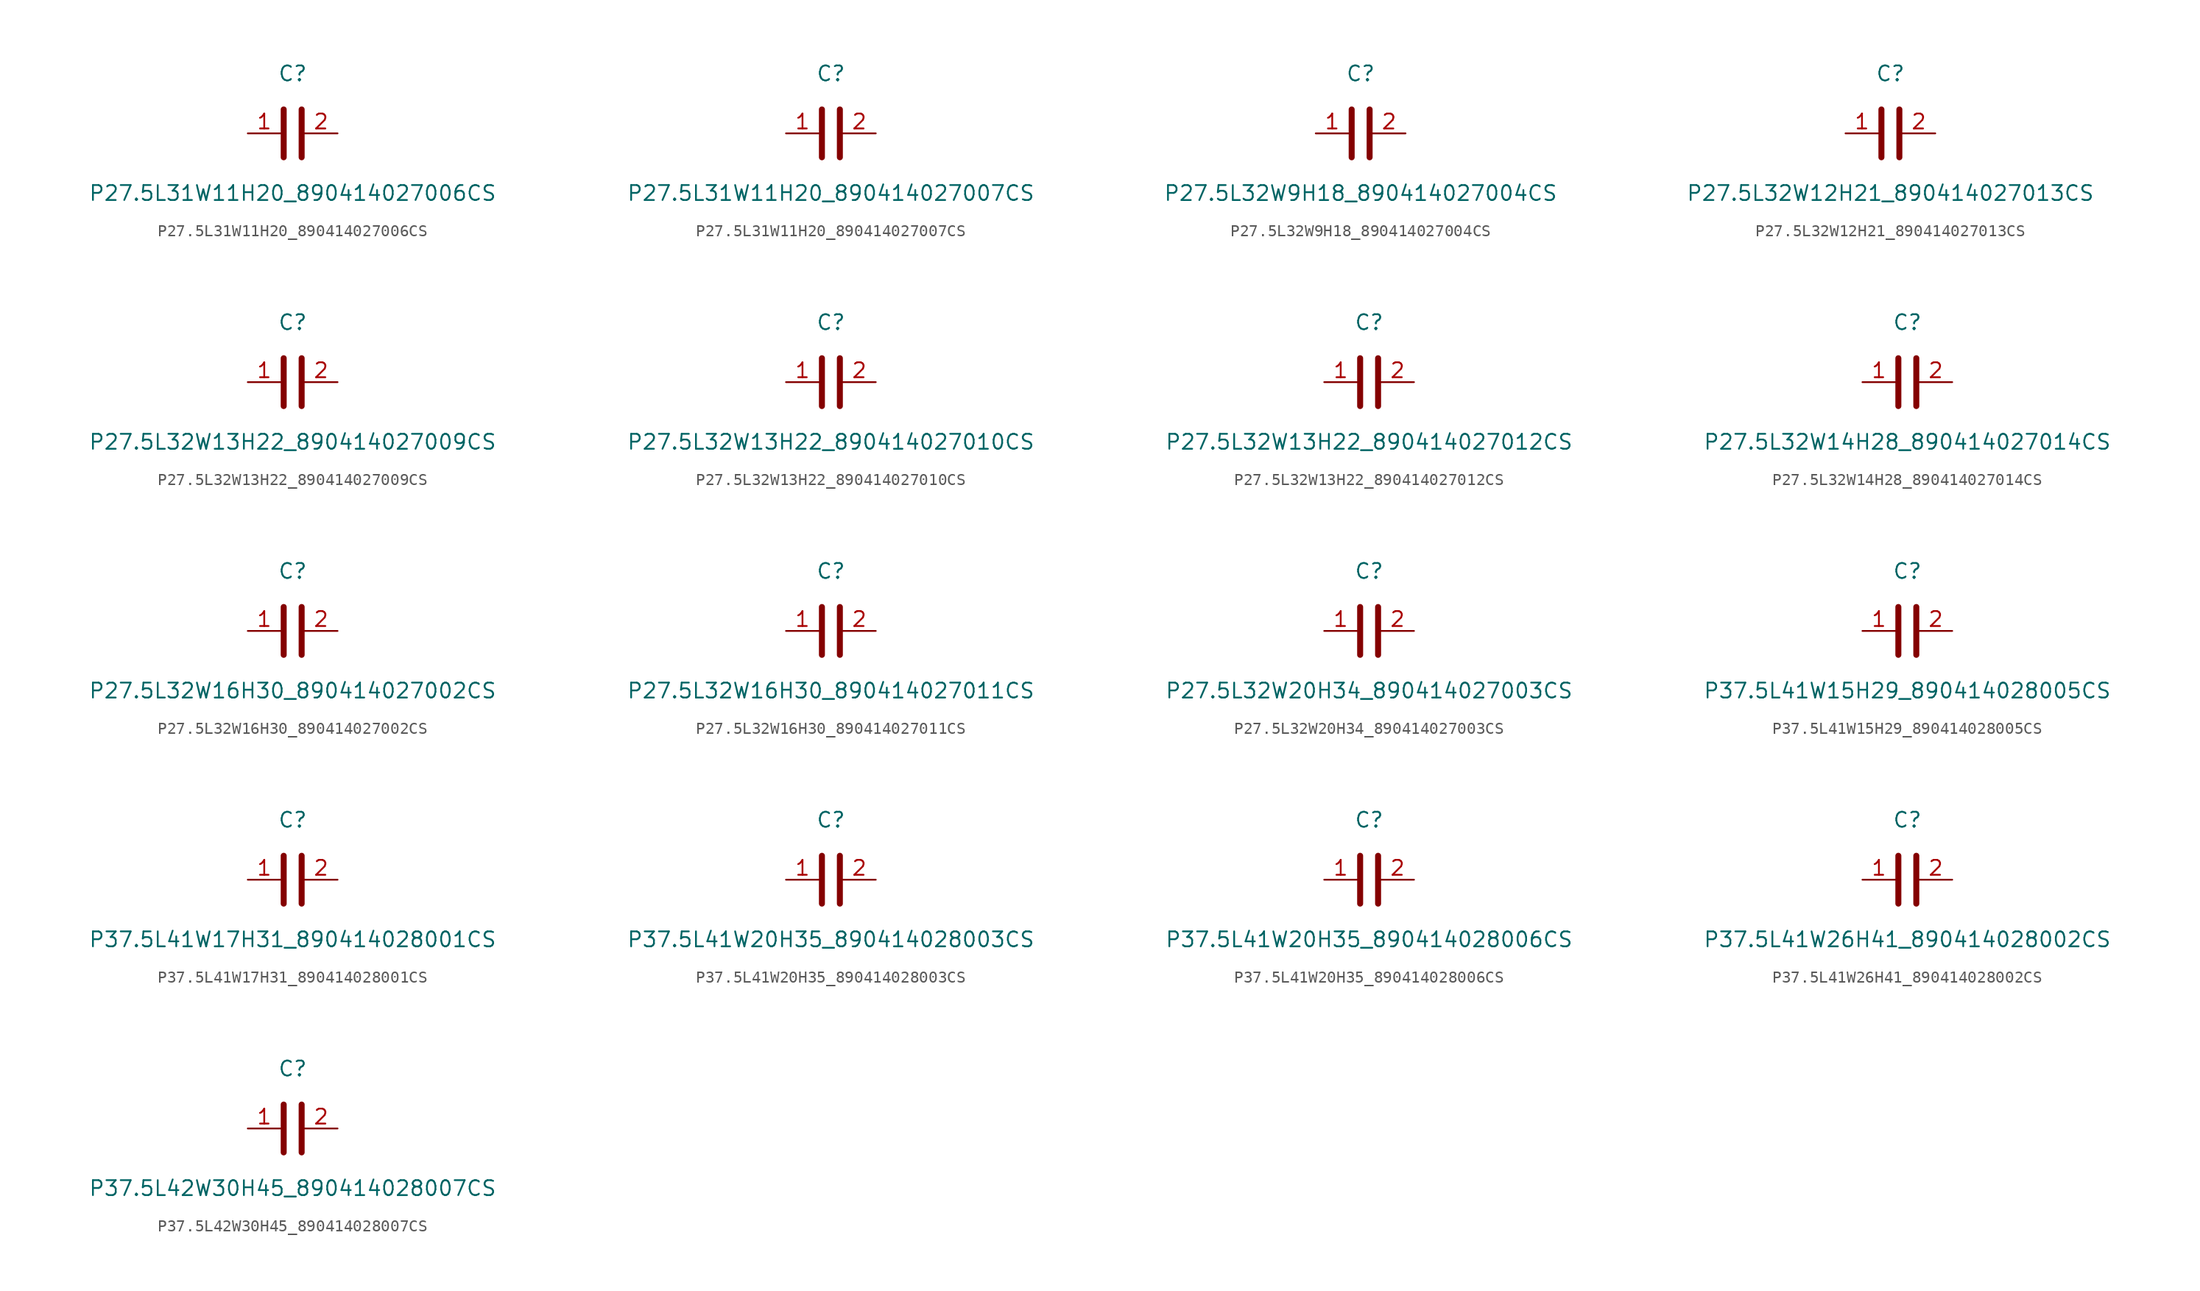
<source format=kicad_sym>
(kicad_symbol_lib
  (version 20220914)
  (generator kicad_symbol_editor)
  (symbol "P27.5L31W11H20_890414027006CS"
    (pin_names hide)
    (property "Reference" "C"
      (at 0 5.08 0)
      (effects (font (size 1.27 1.27))))
    (property "Value" "P27.5L31W11H20_890414027006CS"
      (at 0 -5.08 0)
      (effects (font (size 1.27 1.27))))
    (symbol "P27.5L31W11H20_890414027006CS_0_1"
      (polyline (pts (xy -0.762 -2.032) (xy -0.762 2.032)) (stroke (width 0.508) (type default)) (fill (type none)))
      (polyline (pts (xy 0.762 -2.032) (xy 0.762 2.032)) (stroke (width 0.508) (type default)) (fill (type none))))
    (symbol "P27.5L31W11H20_890414027006CS_1_1"
      (pin passive line (at -3.81 0 0) (length 2.794) (name "1" (effects (font (size 1.27 1.27)))) (number "1" (effects (font (size 1.27 1.27)))))
      (pin passive line (at 3.81 0 180) (length 2.794) (name "2" (effects (font (size 1.27 1.27)))) (number "2" (effects (font (size 1.27 1.27)))))))
  (symbol "P27.5L31W11H20_890414027007CS"
    (pin_names hide)
    (property "Reference" "C"
      (at 0 5.08 0)
      (effects (font (size 1.27 1.27))))
    (property "Value" "P27.5L31W11H20_890414027007CS"
      (at 0 -5.08 0)
      (effects (font (size 1.27 1.27))))
    (symbol "P27.5L31W11H20_890414027007CS_0_1"
      (polyline (pts (xy -0.762 -2.032) (xy -0.762 2.032)) (stroke (width 0.508) (type default)) (fill (type none)))
      (polyline (pts (xy 0.762 -2.032) (xy 0.762 2.032)) (stroke (width 0.508) (type default)) (fill (type none))))
    (symbol "P27.5L31W11H20_890414027007CS_1_1"
      (pin passive line (at -3.81 0 0) (length 2.794) (name "1" (effects (font (size 1.27 1.27)))) (number "1" (effects (font (size 1.27 1.27)))))
      (pin passive line (at 3.81 0 180) (length 2.794) (name "2" (effects (font (size 1.27 1.27)))) (number "2" (effects (font (size 1.27 1.27)))))))
  (symbol "P27.5L32W9H18_890414027004CS"
    (pin_names hide)
    (property "Reference" "C"
      (at 0 5.08 0)
      (effects (font (size 1.27 1.27))))
    (property "Value" "P27.5L32W9H18_890414027004CS"
      (at 0 -5.08 0)
      (effects (font (size 1.27 1.27))))
    (symbol "P27.5L32W9H18_890414027004CS_0_1"
      (polyline (pts (xy -0.762 -2.032) (xy -0.762 2.032)) (stroke (width 0.508) (type default)) (fill (type none)))
      (polyline (pts (xy 0.762 -2.032) (xy 0.762 2.032)) (stroke (width 0.508) (type default)) (fill (type none))))
    (symbol "P27.5L32W9H18_890414027004CS_1_1"
      (pin passive line (at -3.81 0 0) (length 2.794) (name "1" (effects (font (size 1.27 1.27)))) (number "1" (effects (font (size 1.27 1.27)))))
      (pin passive line (at 3.81 0 180) (length 2.794) (name "2" (effects (font (size 1.27 1.27)))) (number "2" (effects (font (size 1.27 1.27)))))))
  (symbol "P27.5L32W12H21_890414027013CS"
    (pin_names hide)
    (property "Reference" "C"
      (at 0 5.08 0)
      (effects (font (size 1.27 1.27))))
    (property "Value" "P27.5L32W12H21_890414027013CS"
      (at 0 -5.08 0)
      (effects (font (size 1.27 1.27))))
    (symbol "P27.5L32W12H21_890414027013CS_0_1"
      (polyline (pts (xy -0.762 -2.032) (xy -0.762 2.032)) (stroke (width 0.508) (type default)) (fill (type none)))
      (polyline (pts (xy 0.762 -2.032) (xy 0.762 2.032)) (stroke (width 0.508) (type default)) (fill (type none))))
    (symbol "P27.5L32W12H21_890414027013CS_1_1"
      (pin passive line (at -3.81 0 0) (length 2.794) (name "1" (effects (font (size 1.27 1.27)))) (number "1" (effects (font (size 1.27 1.27)))))
      (pin passive line (at 3.81 0 180) (length 2.794) (name "2" (effects (font (size 1.27 1.27)))) (number "2" (effects (font (size 1.27 1.27)))))))
  (symbol "P27.5L32W13H22_890414027009CS"
    (pin_names hide)
    (property "Reference" "C"
      (at 0 5.08 0)
      (effects (font (size 1.27 1.27))))
    (property "Value" "P27.5L32W13H22_890414027009CS"
      (at 0 -5.08 0)
      (effects (font (size 1.27 1.27))))
    (symbol "P27.5L32W13H22_890414027009CS_0_1"
      (polyline (pts (xy -0.762 -2.032) (xy -0.762 2.032)) (stroke (width 0.508) (type default)) (fill (type none)))
      (polyline (pts (xy 0.762 -2.032) (xy 0.762 2.032)) (stroke (width 0.508) (type default)) (fill (type none))))
    (symbol "P27.5L32W13H22_890414027009CS_1_1"
      (pin passive line (at -3.81 0 0) (length 2.794) (name "1" (effects (font (size 1.27 1.27)))) (number "1" (effects (font (size 1.27 1.27)))))
      (pin passive line (at 3.81 0 180) (length 2.794) (name "2" (effects (font (size 1.27 1.27)))) (number "2" (effects (font (size 1.27 1.27)))))))
  (symbol "P27.5L32W13H22_890414027010CS"
    (pin_names hide)
    (property "Reference" "C"
      (at 0 5.08 0)
      (effects (font (size 1.27 1.27))))
    (property "Value" "P27.5L32W13H22_890414027010CS"
      (at 0 -5.08 0)
      (effects (font (size 1.27 1.27))))
    (symbol "P27.5L32W13H22_890414027010CS_0_1"
      (polyline (pts (xy -0.762 -2.032) (xy -0.762 2.032)) (stroke (width 0.508) (type default)) (fill (type none)))
      (polyline (pts (xy 0.762 -2.032) (xy 0.762 2.032)) (stroke (width 0.508) (type default)) (fill (type none))))
    (symbol "P27.5L32W13H22_890414027010CS_1_1"
      (pin passive line (at -3.81 0 0) (length 2.794) (name "1" (effects (font (size 1.27 1.27)))) (number "1" (effects (font (size 1.27 1.27)))))
      (pin passive line (at 3.81 0 180) (length 2.794) (name "2" (effects (font (size 1.27 1.27)))) (number "2" (effects (font (size 1.27 1.27)))))))
  (symbol "P27.5L32W13H22_890414027012CS"
    (pin_names hide)
    (property "Reference" "C"
      (at 0 5.08 0)
      (effects (font (size 1.27 1.27))))
    (property "Value" "P27.5L32W13H22_890414027012CS"
      (at 0 -5.08 0)
      (effects (font (size 1.27 1.27))))
    (symbol "P27.5L32W13H22_890414027012CS_0_1"
      (polyline (pts (xy -0.762 -2.032) (xy -0.762 2.032)) (stroke (width 0.508) (type default)) (fill (type none)))
      (polyline (pts (xy 0.762 -2.032) (xy 0.762 2.032)) (stroke (width 0.508) (type default)) (fill (type none))))
    (symbol "P27.5L32W13H22_890414027012CS_1_1"
      (pin passive line (at -3.81 0 0) (length 2.794) (name "1" (effects (font (size 1.27 1.27)))) (number "1" (effects (font (size 1.27 1.27)))))
      (pin passive line (at 3.81 0 180) (length 2.794) (name "2" (effects (font (size 1.27 1.27)))) (number "2" (effects (font (size 1.27 1.27)))))))
  (symbol "P27.5L32W14H28_890414027014CS"
    (pin_names hide)
    (property "Reference" "C"
      (at 0 5.08 0)
      (effects (font (size 1.27 1.27))))
    (property "Value" "P27.5L32W14H28_890414027014CS"
      (at 0 -5.08 0)
      (effects (font (size 1.27 1.27))))
    (symbol "P27.5L32W14H28_890414027014CS_0_1"
      (polyline (pts (xy -0.762 -2.032) (xy -0.762 2.032)) (stroke (width 0.508) (type default)) (fill (type none)))
      (polyline (pts (xy 0.762 -2.032) (xy 0.762 2.032)) (stroke (width 0.508) (type default)) (fill (type none))))
    (symbol "P27.5L32W14H28_890414027014CS_1_1"
      (pin passive line (at -3.81 0 0) (length 2.794) (name "1" (effects (font (size 1.27 1.27)))) (number "1" (effects (font (size 1.27 1.27)))))
      (pin passive line (at 3.81 0 180) (length 2.794) (name "2" (effects (font (size 1.27 1.27)))) (number "2" (effects (font (size 1.27 1.27)))))))
  (symbol "P27.5L32W16H30_890414027002CS"
    (pin_names hide)
    (property "Reference" "C"
      (at 0 5.08 0)
      (effects (font (size 1.27 1.27))))
    (property "Value" "P27.5L32W16H30_890414027002CS"
      (at 0 -5.08 0)
      (effects (font (size 1.27 1.27))))
    (symbol "P27.5L32W16H30_890414027002CS_0_1"
      (polyline (pts (xy -0.762 -2.032) (xy -0.762 2.032)) (stroke (width 0.508) (type default)) (fill (type none)))
      (polyline (pts (xy 0.762 -2.032) (xy 0.762 2.032)) (stroke (width 0.508) (type default)) (fill (type none))))
    (symbol "P27.5L32W16H30_890414027002CS_1_1"
      (pin passive line (at -3.81 0 0) (length 2.794) (name "1" (effects (font (size 1.27 1.27)))) (number "1" (effects (font (size 1.27 1.27)))))
      (pin passive line (at 3.81 0 180) (length 2.794) (name "2" (effects (font (size 1.27 1.27)))) (number "2" (effects (font (size 1.27 1.27)))))))
  (symbol "P27.5L32W16H30_890414027011CS"
    (pin_names hide)
    (property "Reference" "C"
      (at 0 5.08 0)
      (effects (font (size 1.27 1.27))))
    (property "Value" "P27.5L32W16H30_890414027011CS"
      (at 0 -5.08 0)
      (effects (font (size 1.27 1.27))))
    (symbol "P27.5L32W16H30_890414027011CS_0_1"
      (polyline (pts (xy -0.762 -2.032) (xy -0.762 2.032)) (stroke (width 0.508) (type default)) (fill (type none)))
      (polyline (pts (xy 0.762 -2.032) (xy 0.762 2.032)) (stroke (width 0.508) (type default)) (fill (type none))))
    (symbol "P27.5L32W16H30_890414027011CS_1_1"
      (pin passive line (at -3.81 0 0) (length 2.794) (name "1" (effects (font (size 1.27 1.27)))) (number "1" (effects (font (size 1.27 1.27)))))
      (pin passive line (at 3.81 0 180) (length 2.794) (name "2" (effects (font (size 1.27 1.27)))) (number "2" (effects (font (size 1.27 1.27)))))))
  (symbol "P27.5L32W20H34_890414027003CS"
    (pin_names hide)
    (property "Reference" "C"
      (at 0 5.08 0)
      (effects (font (size 1.27 1.27))))
    (property "Value" "P27.5L32W20H34_890414027003CS"
      (at 0 -5.08 0)
      (effects (font (size 1.27 1.27))))
    (symbol "P27.5L32W20H34_890414027003CS_0_1"
      (polyline (pts (xy -0.762 -2.032) (xy -0.762 2.032)) (stroke (width 0.508) (type default)) (fill (type none)))
      (polyline (pts (xy 0.762 -2.032) (xy 0.762 2.032)) (stroke (width 0.508) (type default)) (fill (type none))))
    (symbol "P27.5L32W20H34_890414027003CS_1_1"
      (pin passive line (at -3.81 0 0) (length 2.794) (name "1" (effects (font (size 1.27 1.27)))) (number "1" (effects (font (size 1.27 1.27)))))
      (pin passive line (at 3.81 0 180) (length 2.794) (name "2" (effects (font (size 1.27 1.27)))) (number "2" (effects (font (size 1.27 1.27)))))))
  (symbol "P37.5L41W15H29_890414028005CS"
    (pin_names hide)
    (property "Reference" "C"
      (at 0 5.08 0)
      (effects (font (size 1.27 1.27))))
    (property "Value" "P37.5L41W15H29_890414028005CS"
      (at 0 -5.08 0)
      (effects (font (size 1.27 1.27))))
    (symbol "P37.5L41W15H29_890414028005CS_0_1"
      (polyline (pts (xy -0.762 -2.032) (xy -0.762 2.032)) (stroke (width 0.508) (type default)) (fill (type none)))
      (polyline (pts (xy 0.762 -2.032) (xy 0.762 2.032)) (stroke (width 0.508) (type default)) (fill (type none))))
    (symbol "P37.5L41W15H29_890414028005CS_1_1"
      (pin passive line (at -3.81 0 0) (length 2.794) (name "1" (effects (font (size 1.27 1.27)))) (number "1" (effects (font (size 1.27 1.27)))))
      (pin passive line (at 3.81 0 180) (length 2.794) (name "2" (effects (font (size 1.27 1.27)))) (number "2" (effects (font (size 1.27 1.27)))))))
  (symbol "P37.5L41W17H31_890414028001CS"
    (pin_names hide)
    (property "Reference" "C"
      (at 0 5.08 0)
      (effects (font (size 1.27 1.27))))
    (property "Value" "P37.5L41W17H31_890414028001CS"
      (at 0 -5.08 0)
      (effects (font (size 1.27 1.27))))
    (symbol "P37.5L41W17H31_890414028001CS_0_1"
      (polyline (pts (xy -0.762 -2.032) (xy -0.762 2.032)) (stroke (width 0.508) (type default)) (fill (type none)))
      (polyline (pts (xy 0.762 -2.032) (xy 0.762 2.032)) (stroke (width 0.508) (type default)) (fill (type none))))
    (symbol "P37.5L41W17H31_890414028001CS_1_1"
      (pin passive line (at -3.81 0 0) (length 2.794) (name "1" (effects (font (size 1.27 1.27)))) (number "1" (effects (font (size 1.27 1.27)))))
      (pin passive line (at 3.81 0 180) (length 2.794) (name "2" (effects (font (size 1.27 1.27)))) (number "2" (effects (font (size 1.27 1.27)))))))
  (symbol "P37.5L41W20H35_890414028003CS"
    (pin_names hide)
    (property "Reference" "C"
      (at 0 5.08 0)
      (effects (font (size 1.27 1.27))))
    (property "Value" "P37.5L41W20H35_890414028003CS"
      (at 0 -5.08 0)
      (effects (font (size 1.27 1.27))))
    (symbol "P37.5L41W20H35_890414028003CS_0_1"
      (polyline (pts (xy -0.762 -2.032) (xy -0.762 2.032)) (stroke (width 0.508) (type default)) (fill (type none)))
      (polyline (pts (xy 0.762 -2.032) (xy 0.762 2.032)) (stroke (width 0.508) (type default)) (fill (type none))))
    (symbol "P37.5L41W20H35_890414028003CS_1_1"
      (pin passive line (at -3.81 0 0) (length 2.794) (name "1" (effects (font (size 1.27 1.27)))) (number "1" (effects (font (size 1.27 1.27)))))
      (pin passive line (at 3.81 0 180) (length 2.794) (name "2" (effects (font (size 1.27 1.27)))) (number "2" (effects (font (size 1.27 1.27)))))))
  (symbol "P37.5L41W20H35_890414028006CS"
    (pin_names hide)
    (property "Reference" "C"
      (at 0 5.08 0)
      (effects (font (size 1.27 1.27))))
    (property "Value" "P37.5L41W20H35_890414028006CS"
      (at 0 -5.08 0)
      (effects (font (size 1.27 1.27))))
    (symbol "P37.5L41W20H35_890414028006CS_0_1"
      (polyline (pts (xy -0.762 -2.032) (xy -0.762 2.032)) (stroke (width 0.508) (type default)) (fill (type none)))
      (polyline (pts (xy 0.762 -2.032) (xy 0.762 2.032)) (stroke (width 0.508) (type default)) (fill (type none))))
    (symbol "P37.5L41W20H35_890414028006CS_1_1"
      (pin passive line (at -3.81 0 0) (length 2.794) (name "1" (effects (font (size 1.27 1.27)))) (number "1" (effects (font (size 1.27 1.27)))))
      (pin passive line (at 3.81 0 180) (length 2.794) (name "2" (effects (font (size 1.27 1.27)))) (number "2" (effects (font (size 1.27 1.27)))))))
  (symbol "P37.5L41W26H41_890414028002CS"
    (pin_names hide)
    (property "Reference" "C"
      (at 0 5.08 0)
      (effects (font (size 1.27 1.27))))
    (property "Value" "P37.5L41W26H41_890414028002CS"
      (at 0 -5.08 0)
      (effects (font (size 1.27 1.27))))
    (symbol "P37.5L41W26H41_890414028002CS_0_1"
      (polyline (pts (xy -0.762 -2.032) (xy -0.762 2.032)) (stroke (width 0.508) (type default)) (fill (type none)))
      (polyline (pts (xy 0.762 -2.032) (xy 0.762 2.032)) (stroke (width 0.508) (type default)) (fill (type none))))
    (symbol "P37.5L41W26H41_890414028002CS_1_1"
      (pin passive line (at -3.81 0 0) (length 2.794) (name "1" (effects (font (size 1.27 1.27)))) (number "1" (effects (font (size 1.27 1.27)))))
      (pin passive line (at 3.81 0 180) (length 2.794) (name "2" (effects (font (size 1.27 1.27)))) (number "2" (effects (font (size 1.27 1.27)))))))
  (symbol "P37.5L42W30H45_890414028007CS"
    (pin_names hide)
    (property "Reference" "C"
      (at 0 5.08 0)
      (effects (font (size 1.27 1.27))))
    (property "Value" "P37.5L42W30H45_890414028007CS"
      (at 0 -5.08 0)
      (effects (font (size 1.27 1.27))))
    (symbol "P37.5L42W30H45_890414028007CS_0_1"
      (polyline (pts (xy -0.762 -2.032) (xy -0.762 2.032)) (stroke (width 0.508) (type default)) (fill (type none)))
      (polyline (pts (xy 0.762 -2.032) (xy 0.762 2.032)) (stroke (width 0.508) (type default)) (fill (type none))))
    (symbol "P37.5L42W30H45_890414028007CS_1_1"
      (pin passive line (at -3.81 0 0) (length 2.794) (name "1" (effects (font (size 1.27 1.27)))) (number "1" (effects (font (size 1.27 1.27)))))
      (pin passive line (at 3.81 0 180) (length 2.794) (name "2" (effects (font (size 1.27 1.27)))) (number "2" (effects (font (size 1.27 1.27))))))))
</source>
